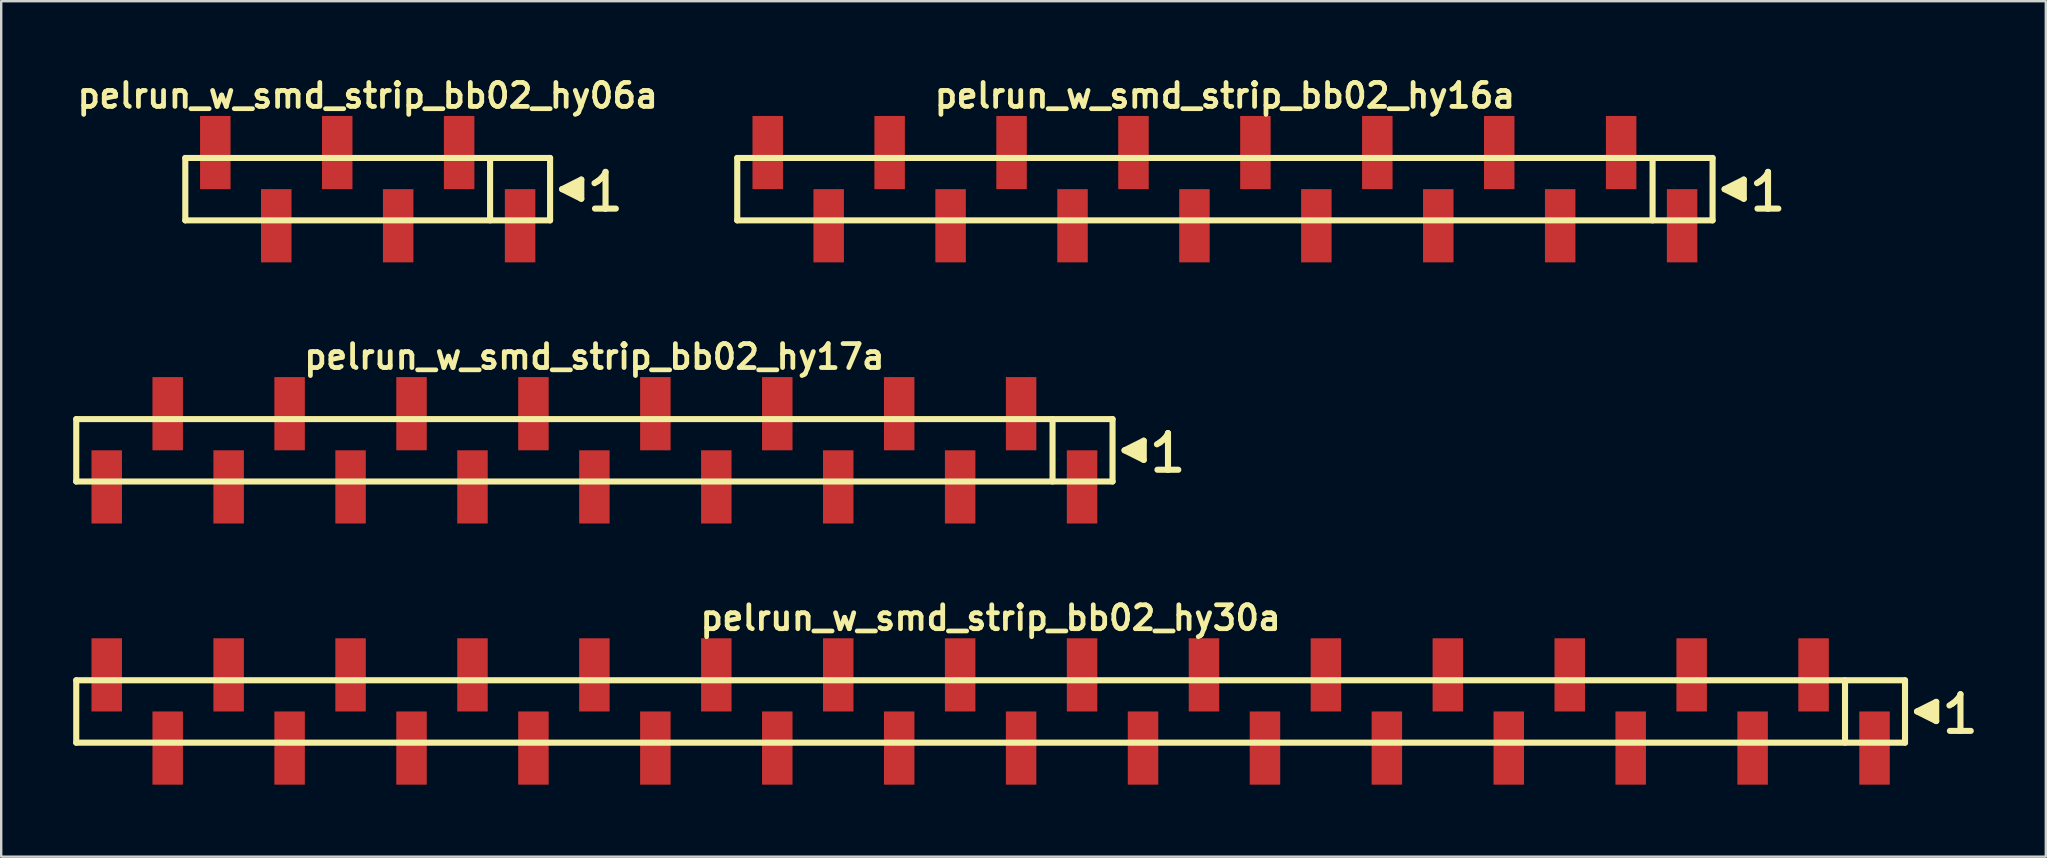
<source format=kicad_pcb>
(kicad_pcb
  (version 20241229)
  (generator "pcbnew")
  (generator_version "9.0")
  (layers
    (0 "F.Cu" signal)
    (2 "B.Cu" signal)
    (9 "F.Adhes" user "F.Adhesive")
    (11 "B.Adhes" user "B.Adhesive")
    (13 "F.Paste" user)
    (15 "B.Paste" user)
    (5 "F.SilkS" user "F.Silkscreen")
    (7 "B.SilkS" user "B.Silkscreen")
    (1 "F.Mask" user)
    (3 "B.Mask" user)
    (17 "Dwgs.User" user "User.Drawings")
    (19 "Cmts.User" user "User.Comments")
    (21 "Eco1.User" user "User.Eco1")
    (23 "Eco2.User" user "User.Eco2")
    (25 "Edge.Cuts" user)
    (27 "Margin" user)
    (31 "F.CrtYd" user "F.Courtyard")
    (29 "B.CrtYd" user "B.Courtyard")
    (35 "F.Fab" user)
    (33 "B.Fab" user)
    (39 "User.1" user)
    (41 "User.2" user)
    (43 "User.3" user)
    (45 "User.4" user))
  (footprint "pelrun_w_smd_strip_bb02_hy16a"
    (layer "F.Cu")
    (at 47.989 4.832)
    (property "Reference" "pelrun_w_smd_strip_bb02_hy16a" (at 0 -3.9 0) (layer "F.SilkS") (effects (font (size 0.998 0.998) (thickness 0.198))))
    (attr through_hole)
    (fp_line (start -20.32 -1.3) (end 20.32 -1.3) (stroke (width 0.254) (type solid)) (layer "F.SilkS"))
    (fp_line (start -20.32 1.3) (end -20.32 -1.3) (stroke (width 0.254) (type solid)) (layer "F.SilkS"))
    (fp_line (start 17.82 1.3) (end 17.82 -1.3) (stroke (width 0.254) (type solid)) (layer "F.SilkS"))
    (fp_line (start 20.32 -1.3) (end 20.32 1.3) (stroke (width 0.254) (type solid)) (layer "F.SilkS"))
    (fp_line (start 20.32 1.3) (end -20.32 1.3) (stroke (width 0.254) (type solid)) (layer "F.SilkS"))
    (fp_line (start 20.82 0) (end 21.62 0.4) (stroke (width 0.254) (type solid)) (layer "F.SilkS"))
    (fp_line (start 21.12 0.1) (end 21.12 -0.1) (stroke (width 0.254) (type solid)) (layer "F.SilkS"))
    (fp_line (start 21.22 -0.1) (end 21.22 0.1) (stroke (width 0.254) (type solid)) (layer "F.SilkS"))
    (fp_line (start 21.32 0.2) (end 21.32 -0.2) (stroke (width 0.254) (type solid)) (layer "F.SilkS"))
    (fp_line (start 21.42 -0.2) (end 21.42 0.2) (stroke (width 0.254) (type solid)) (layer "F.SilkS"))
    (fp_line (start 21.52 0.3) (end 21.52 -0.3) (stroke (width 0.254) (type solid)) (layer "F.SilkS"))
    (fp_line (start 21.62 -0.4) (end 20.82 0) (stroke (width 0.254) (type solid)) (layer "F.SilkS"))
    (fp_line (start 21.62 0.4) (end 21.62 -0.4) (stroke (width 0.254) (type solid)) (layer "F.SilkS"))
    (fp_line (start 22.17 -0.25) (end 22.3 -0.33) (stroke (width 0.254) (type solid)) (layer "F.SilkS"))
    (fp_line (start 22.3 -0.33) (end 22.46 -0.46) (stroke (width 0.254) (type solid)) (layer "F.SilkS"))
    (fp_line (start 22.46 -0.46) (end 22.6 -0.63) (stroke (width 0.254) (type solid)) (layer "F.SilkS"))
    (fp_line (start 22.6 -0.63) (end 22.63 -0.72) (stroke (width 0.254) (type solid)) (layer "F.SilkS"))
    (fp_line (start 22.63 -0.72) (end 22.63 0.81) (stroke (width 0.254) (type solid)) (layer "F.SilkS"))
    (fp_line (start 22.63 0.81) (end 22.19 0.81) (stroke (width 0.254) (type solid)) (layer "F.SilkS"))
    (fp_line (start 23.06 0.81) (end 22.62 0.81) (stroke (width 0.254) (type solid)) (layer "F.SilkS"))
    (pad "1" smd rect (at 19.05 1.525) (size 1.27 3.05) (layers "F.Cu" "F.Mask" "F.Paste"))
    (pad "2" smd rect (at 16.51 -1.525) (size 1.27 3.05) (layers "F.Cu" "F.Mask" "F.Paste"))
    (pad "3" smd rect (at 13.97 1.525) (size 1.27 3.05) (layers "F.Cu" "F.Mask" "F.Paste"))
    (pad "4" smd rect (at 11.43 -1.525) (size 1.27 3.05) (layers "F.Cu" "F.Mask" "F.Paste"))
    (pad "5" smd rect (at 8.89 1.525) (size 1.27 3.05) (layers "F.Cu" "F.Mask" "F.Paste"))
    (pad "6" smd rect (at 6.35 -1.525) (size 1.27 3.05) (layers "F.Cu" "F.Mask" "F.Paste"))
    (pad "7" smd rect (at 3.81 1.525) (size 1.27 3.05) (layers "F.Cu" "F.Mask" "F.Paste"))
    (pad "8" smd rect (at 1.27 -1.525) (size 1.27 3.05) (layers "F.Cu" "F.Mask" "F.Paste"))
    (pad "9" smd rect (at -1.27 1.525) (size 1.27 3.05) (layers "F.Cu" "F.Mask" "F.Paste"))
    (pad "10" smd rect (at -3.81 -1.525) (size 1.27 3.05) (layers "F.Cu" "F.Mask" "F.Paste"))
    (pad "11" smd rect (at -6.35 1.525) (size 1.27 3.05) (layers "F.Cu" "F.Mask" "F.Paste"))
    (pad "12" smd rect (at -8.89 -1.525) (size 1.27 3.05) (layers "F.Cu" "F.Mask" "F.Paste"))
    (pad "13" smd rect (at -11.43 1.525) (size 1.27 3.05) (layers "F.Cu" "F.Mask" "F.Paste"))
    (pad "14" smd rect (at -13.97 -1.525) (size 1.27 3.05) (layers "F.Cu" "F.Mask" "F.Paste"))
    (pad "15" smd rect (at -16.51 1.525) (size 1.27 3.05) (layers "F.Cu" "F.Mask" "F.Paste"))
    (pad "16" smd rect (at -19.05 -1.525) (size 1.27 3.05) (layers "F.Cu" "F.Mask" "F.Paste")))
  (footprint "pelrun_w_smd_strip_bb02_hy06a"
    (layer "F.Cu")
    (at 12.271 4.832)
    (property "Reference" "pelrun_w_smd_strip_bb02_hy06a" (at 0 -3.9 0) (layer "F.SilkS") (effects (font (size 0.998 0.998) (thickness 0.198))))
    (attr through_hole)
    (fp_line (start -7.6 -1.3) (end 7.6 -1.3) (stroke (width 0.254) (type solid)) (layer "F.SilkS"))
    (fp_line (start -7.6 1.3) (end -7.6 -1.3) (stroke (width 0.254) (type solid)) (layer "F.SilkS"))
    (fp_line (start 5.1 1.3) (end 5.1 -1.3) (stroke (width 0.254) (type solid)) (layer "F.SilkS"))
    (fp_line (start 7.6 -1.3) (end 7.6 1.3) (stroke (width 0.254) (type solid)) (layer "F.SilkS"))
    (fp_line (start 7.6 1.3) (end -7.6 1.3) (stroke (width 0.254) (type solid)) (layer "F.SilkS"))
    (fp_line (start 8.1 0) (end 8.9 0.4) (stroke (width 0.254) (type solid)) (layer "F.SilkS"))
    (fp_line (start 8.4 0.1) (end 8.4 -0.1) (stroke (width 0.254) (type solid)) (layer "F.SilkS"))
    (fp_line (start 8.5 -0.1) (end 8.5 0.1) (stroke (width 0.254) (type solid)) (layer "F.SilkS"))
    (fp_line (start 8.6 0.2) (end 8.6 -0.2) (stroke (width 0.254) (type solid)) (layer "F.SilkS"))
    (fp_line (start 8.7 -0.2) (end 8.7 0.2) (stroke (width 0.254) (type solid)) (layer "F.SilkS"))
    (fp_line (start 8.8 0.3) (end 8.8 -0.3) (stroke (width 0.254) (type solid)) (layer "F.SilkS"))
    (fp_line (start 8.9 -0.4) (end 8.1 0) (stroke (width 0.254) (type solid)) (layer "F.SilkS"))
    (fp_line (start 8.9 0.4) (end 8.9 -0.4) (stroke (width 0.254) (type solid)) (layer "F.SilkS"))
    (fp_line (start 9.45 -0.25) (end 9.58 -0.33) (stroke (width 0.254) (type solid)) (layer "F.SilkS"))
    (fp_line (start 9.58 -0.33) (end 9.74 -0.46) (stroke (width 0.254) (type solid)) (layer "F.SilkS"))
    (fp_line (start 9.74 -0.46) (end 9.88 -0.63) (stroke (width 0.254) (type solid)) (layer "F.SilkS"))
    (fp_line (start 9.88 -0.63) (end 9.91 -0.72) (stroke (width 0.254) (type solid)) (layer "F.SilkS"))
    (fp_line (start 9.91 -0.72) (end 9.91 0.81) (stroke (width 0.254) (type solid)) (layer "F.SilkS"))
    (fp_line (start 9.91 0.81) (end 9.47 0.81) (stroke (width 0.254) (type solid)) (layer "F.SilkS"))
    (fp_line (start 10.34 0.81) (end 9.9 0.81) (stroke (width 0.254) (type solid)) (layer "F.SilkS"))
    (pad "1" smd rect (at 6.35 1.525) (size 1.27 3.05) (layers "F.Cu" "F.Mask" "F.Paste"))
    (pad "2" smd rect (at 3.81 -1.525) (size 1.27 3.05) (layers "F.Cu" "F.Mask" "F.Paste"))
    (pad "3" smd rect (at 1.27 1.525) (size 1.27 3.05) (layers "F.Cu" "F.Mask" "F.Paste"))
    (pad "4" smd rect (at -1.27 -1.525) (size 1.27 3.05) (layers "F.Cu" "F.Mask" "F.Paste"))
    (pad "5" smd rect (at -3.81 1.525) (size 1.27 3.05) (layers "F.Cu" "F.Mask" "F.Paste"))
    (pad "6" smd rect (at -6.35 -1.525) (size 1.27 3.05) (layers "F.Cu" "F.Mask" "F.Paste")))
  (footprint "pelrun_w_smd_strip_bb02_hy30a"
    (layer "F.Cu")
    (at 38.227 26.595)
    (property "Reference" "pelrun_w_smd_strip_bb02_hy30a" (at 0 -3.9 0) (layer "F.SilkS") (effects (font (size 0.998 0.998) (thickness 0.198))))
    (attr through_hole)
    (fp_line (start -38.1 -1.3) (end 38.1 -1.3) (stroke (width 0.254) (type solid)) (layer "F.SilkS"))
    (fp_line (start -38.1 1.3) (end -38.1 -1.3) (stroke (width 0.254) (type solid)) (layer "F.SilkS"))
    (fp_line (start 35.6 1.3) (end 35.6 -1.3) (stroke (width 0.254) (type solid)) (layer "F.SilkS"))
    (fp_line (start 38.1 -1.3) (end 38.1 1.3) (stroke (width 0.254) (type solid)) (layer "F.SilkS"))
    (fp_line (start 38.1 1.3) (end -38.1 1.3) (stroke (width 0.254) (type solid)) (layer "F.SilkS"))
    (fp_line (start 38.6 0) (end 39.4 0.4) (stroke (width 0.254) (type solid)) (layer "F.SilkS"))
    (fp_line (start 38.9 0.1) (end 38.9 -0.1) (stroke (width 0.254) (type solid)) (layer "F.SilkS"))
    (fp_line (start 39 -0.1) (end 39 0.1) (stroke (width 0.254) (type solid)) (layer "F.SilkS"))
    (fp_line (start 39.1 0.2) (end 39.1 -0.2) (stroke (width 0.254) (type solid)) (layer "F.SilkS"))
    (fp_line (start 39.2 -0.2) (end 39.2 0.2) (stroke (width 0.254) (type solid)) (layer "F.SilkS"))
    (fp_line (start 39.3 0.3) (end 39.3 -0.3) (stroke (width 0.254) (type solid)) (layer "F.SilkS"))
    (fp_line (start 39.4 -0.4) (end 38.6 0) (stroke (width 0.254) (type solid)) (layer "F.SilkS"))
    (fp_line (start 39.4 0.4) (end 39.4 -0.4) (stroke (width 0.254) (type solid)) (layer "F.SilkS"))
    (fp_line (start 39.95 -0.25) (end 40.08 -0.33) (stroke (width 0.254) (type solid)) (layer "F.SilkS"))
    (fp_line (start 40.08 -0.33) (end 40.24 -0.46) (stroke (width 0.254) (type solid)) (layer "F.SilkS"))
    (fp_line (start 40.24 -0.46) (end 40.38 -0.63) (stroke (width 0.254) (type solid)) (layer "F.SilkS"))
    (fp_line (start 40.38 -0.63) (end 40.41 -0.72) (stroke (width 0.254) (type solid)) (layer "F.SilkS"))
    (fp_line (start 40.41 -0.72) (end 40.41 0.81) (stroke (width 0.254) (type solid)) (layer "F.SilkS"))
    (fp_line (start 40.41 0.81) (end 39.97 0.81) (stroke (width 0.254) (type solid)) (layer "F.SilkS"))
    (fp_line (start 40.84 0.81) (end 40.4 0.81) (stroke (width 0.254) (type solid)) (layer "F.SilkS"))
    (pad "1" smd rect (at 36.83 1.525) (size 1.27 3.05) (layers "F.Cu" "F.Mask" "F.Paste"))
    (pad "2" smd rect (at 34.29 -1.525) (size 1.27 3.05) (layers "F.Cu" "F.Mask" "F.Paste"))
    (pad "3" smd rect (at 31.75 1.525) (size 1.27 3.05) (layers "F.Cu" "F.Mask" "F.Paste"))
    (pad "4" smd rect (at 29.21 -1.525) (size 1.27 3.05) (layers "F.Cu" "F.Mask" "F.Paste"))
    (pad "5" smd rect (at 26.67 1.525) (size 1.27 3.05) (layers "F.Cu" "F.Mask" "F.Paste"))
    (pad "6" smd rect (at 24.13 -1.525) (size 1.27 3.05) (layers "F.Cu" "F.Mask" "F.Paste"))
    (pad "7" smd rect (at 21.59 1.525) (size 1.27 3.05) (layers "F.Cu" "F.Mask" "F.Paste"))
    (pad "8" smd rect (at 19.05 -1.525) (size 1.27 3.05) (layers "F.Cu" "F.Mask" "F.Paste"))
    (pad "9" smd rect (at 16.51 1.525) (size 1.27 3.05) (layers "F.Cu" "F.Mask" "F.Paste"))
    (pad "10" smd rect (at 13.97 -1.525) (size 1.27 3.05) (layers "F.Cu" "F.Mask" "F.Paste"))
    (pad "11" smd rect (at 11.43 1.525) (size 1.27 3.05) (layers "F.Cu" "F.Mask" "F.Paste"))
    (pad "12" smd rect (at 8.89 -1.525) (size 1.27 3.05) (layers "F.Cu" "F.Mask" "F.Paste"))
    (pad "13" smd rect (at 6.35 1.525) (size 1.27 3.05) (layers "F.Cu" "F.Mask" "F.Paste"))
    (pad "14" smd rect (at 3.81 -1.525) (size 1.27 3.05) (layers "F.Cu" "F.Mask" "F.Paste"))
    (pad "15" smd rect (at 1.27 1.525) (size 1.27 3.05) (layers "F.Cu" "F.Mask" "F.Paste"))
    (pad "16" smd rect (at -1.27 -1.525) (size 1.27 3.05) (layers "F.Cu" "F.Mask" "F.Paste"))
    (pad "17" smd rect (at -3.81 1.525) (size 1.27 3.05) (layers "F.Cu" "F.Mask" "F.Paste"))
    (pad "18" smd rect (at -6.35 -1.525) (size 1.27 3.05) (layers "F.Cu" "F.Mask" "F.Paste"))
    (pad "19" smd rect (at -8.89 1.525) (size 1.27 3.05) (layers "F.Cu" "F.Mask" "F.Paste"))
    (pad "20" smd rect (at -11.43 -1.525) (size 1.27 3.05) (layers "F.Cu" "F.Mask" "F.Paste"))
    (pad "21" smd rect (at -13.97 1.525) (size 1.27 3.05) (layers "F.Cu" "F.Mask" "F.Paste"))
    (pad "22" smd rect (at -16.51 -1.525) (size 1.27 3.05) (layers "F.Cu" "F.Mask" "F.Paste"))
    (pad "23" smd rect (at -19.05 1.525) (size 1.27 3.05) (layers "F.Cu" "F.Mask" "F.Paste"))
    (pad "24" smd rect (at -21.59 -1.525) (size 1.27 3.05) (layers "F.Cu" "F.Mask" "F.Paste"))
    (pad "25" smd rect (at -24.13 1.525) (size 1.27 3.05) (layers "F.Cu" "F.Mask" "F.Paste"))
    (pad "26" smd rect (at -26.67 -1.525) (size 1.27 3.05) (layers "F.Cu" "F.Mask" "F.Paste"))
    (pad "27" smd rect (at -29.21 1.525) (size 1.27 3.05) (layers "F.Cu" "F.Mask" "F.Paste"))
    (pad "28" smd rect (at -31.75 -1.525) (size 1.27 3.05) (layers "F.Cu" "F.Mask" "F.Paste"))
    (pad "29" smd rect (at -34.29 1.525) (size 1.27 3.05) (layers "F.Cu" "F.Mask" "F.Paste"))
    (pad "30" smd rect (at -36.83 -1.525) (size 1.27 3.05) (layers "F.Cu" "F.Mask" "F.Paste")))
  (footprint "pelrun_w_smd_strip_bb02_hy17a"
    (layer "F.Cu")
    (at 21.717 15.713)
    (property "Reference" "pelrun_w_smd_strip_bb02_hy17a" (at 0 -3.9 0) (layer "F.SilkS") (effects (font (size 0.998 0.998) (thickness 0.198))))
    (attr through_hole)
    (fp_line (start -21.59 -1.3) (end 21.59 -1.3) (stroke (width 0.254) (type solid)) (layer "F.SilkS"))
    (fp_line (start -21.59 1.3) (end -21.59 -1.3) (stroke (width 0.254) (type solid)) (layer "F.SilkS"))
    (fp_line (start 19.09 1.3) (end 19.09 -1.3) (stroke (width 0.254) (type solid)) (layer "F.SilkS"))
    (fp_line (start 21.59 -1.3) (end 21.59 1.3) (stroke (width 0.254) (type solid)) (layer "F.SilkS"))
    (fp_line (start 21.59 1.3) (end -21.59 1.3) (stroke (width 0.254) (type solid)) (layer "F.SilkS"))
    (fp_line (start 22.09 0) (end 22.89 0.4) (stroke (width 0.254) (type solid)) (layer "F.SilkS"))
    (fp_line (start 22.39 0.1) (end 22.39 -0.1) (stroke (width 0.254) (type solid)) (layer "F.SilkS"))
    (fp_line (start 22.49 -0.1) (end 22.49 0.1) (stroke (width 0.254) (type solid)) (layer "F.SilkS"))
    (fp_line (start 22.59 0.2) (end 22.59 -0.2) (stroke (width 0.254) (type solid)) (layer "F.SilkS"))
    (fp_line (start 22.69 -0.2) (end 22.69 0.2) (stroke (width 0.254) (type solid)) (layer "F.SilkS"))
    (fp_line (start 22.79 0.3) (end 22.79 -0.3) (stroke (width 0.254) (type solid)) (layer "F.SilkS"))
    (fp_line (start 22.89 -0.4) (end 22.09 0) (stroke (width 0.254) (type solid)) (layer "F.SilkS"))
    (fp_line (start 22.89 0.4) (end 22.89 -0.4) (stroke (width 0.254) (type solid)) (layer "F.SilkS"))
    (fp_line (start 23.44 -0.25) (end 23.57 -0.33) (stroke (width 0.254) (type solid)) (layer "F.SilkS"))
    (fp_line (start 23.57 -0.33) (end 23.73 -0.46) (stroke (width 0.254) (type solid)) (layer "F.SilkS"))
    (fp_line (start 23.73 -0.46) (end 23.87 -0.63) (stroke (width 0.254) (type solid)) (layer "F.SilkS"))
    (fp_line (start 23.87 -0.63) (end 23.9 -0.72) (stroke (width 0.254) (type solid)) (layer "F.SilkS"))
    (fp_line (start 23.9 -0.72) (end 23.9 0.81) (stroke (width 0.254) (type solid)) (layer "F.SilkS"))
    (fp_line (start 23.9 0.81) (end 23.46 0.81) (stroke (width 0.254) (type solid)) (layer "F.SilkS"))
    (fp_line (start 24.33 0.81) (end 23.89 0.81) (stroke (width 0.254) (type solid)) (layer "F.SilkS"))
    (pad "1" smd rect (at 20.32 1.525) (size 1.27 3.05) (layers "F.Cu" "F.Mask" "F.Paste"))
    (pad "2" smd rect (at 17.78 -1.525) (size 1.27 3.05) (layers "F.Cu" "F.Mask" "F.Paste"))
    (pad "3" smd rect (at 15.24 1.525) (size 1.27 3.05) (layers "F.Cu" "F.Mask" "F.Paste"))
    (pad "4" smd rect (at 12.7 -1.525) (size 1.27 3.05) (layers "F.Cu" "F.Mask" "F.Paste"))
    (pad "5" smd rect (at 10.16 1.525) (size 1.27 3.05) (layers "F.Cu" "F.Mask" "F.Paste"))
    (pad "6" smd rect (at 7.62 -1.525) (size 1.27 3.05) (layers "F.Cu" "F.Mask" "F.Paste"))
    (pad "7" smd rect (at 5.08 1.525) (size 1.27 3.05) (layers "F.Cu" "F.Mask" "F.Paste"))
    (pad "8" smd rect (at 2.54 -1.525) (size 1.27 3.05) (layers "F.Cu" "F.Mask" "F.Paste"))
    (pad "9" smd rect (at 0 1.525) (size 1.27 3.05) (layers "F.Cu" "F.Mask" "F.Paste"))
    (pad "10" smd rect (at -2.54 -1.525) (size 1.27 3.05) (layers "F.Cu" "F.Mask" "F.Paste"))
    (pad "11" smd rect (at -5.08 1.525) (size 1.27 3.05) (layers "F.Cu" "F.Mask" "F.Paste"))
    (pad "12" smd rect (at -7.62 -1.525) (size 1.27 3.05) (layers "F.Cu" "F.Mask" "F.Paste"))
    (pad "13" smd rect (at -10.16 1.525) (size 1.27 3.05) (layers "F.Cu" "F.Mask" "F.Paste"))
    (pad "14" smd rect (at -12.7 -1.525) (size 1.27 3.05) (layers "F.Cu" "F.Mask" "F.Paste"))
    (pad "15" smd rect (at -15.24 1.525) (size 1.27 3.05) (layers "F.Cu" "F.Mask" "F.Paste"))
    (pad "16" smd rect (at -17.78 -1.525) (size 1.27 3.05) (layers "F.Cu" "F.Mask" "F.Paste"))
    (pad "17" smd rect (at -20.32 1.525) (size 1.27 3.05) (layers "F.Cu" "F.Mask" "F.Paste")))
  (gr_rect
    (start -3 -3)
    (end 82.194 32.645)
    (stroke (width 0.1) (type default))
    (fill no)
    (layer "Edge.Cuts")))
</source>
